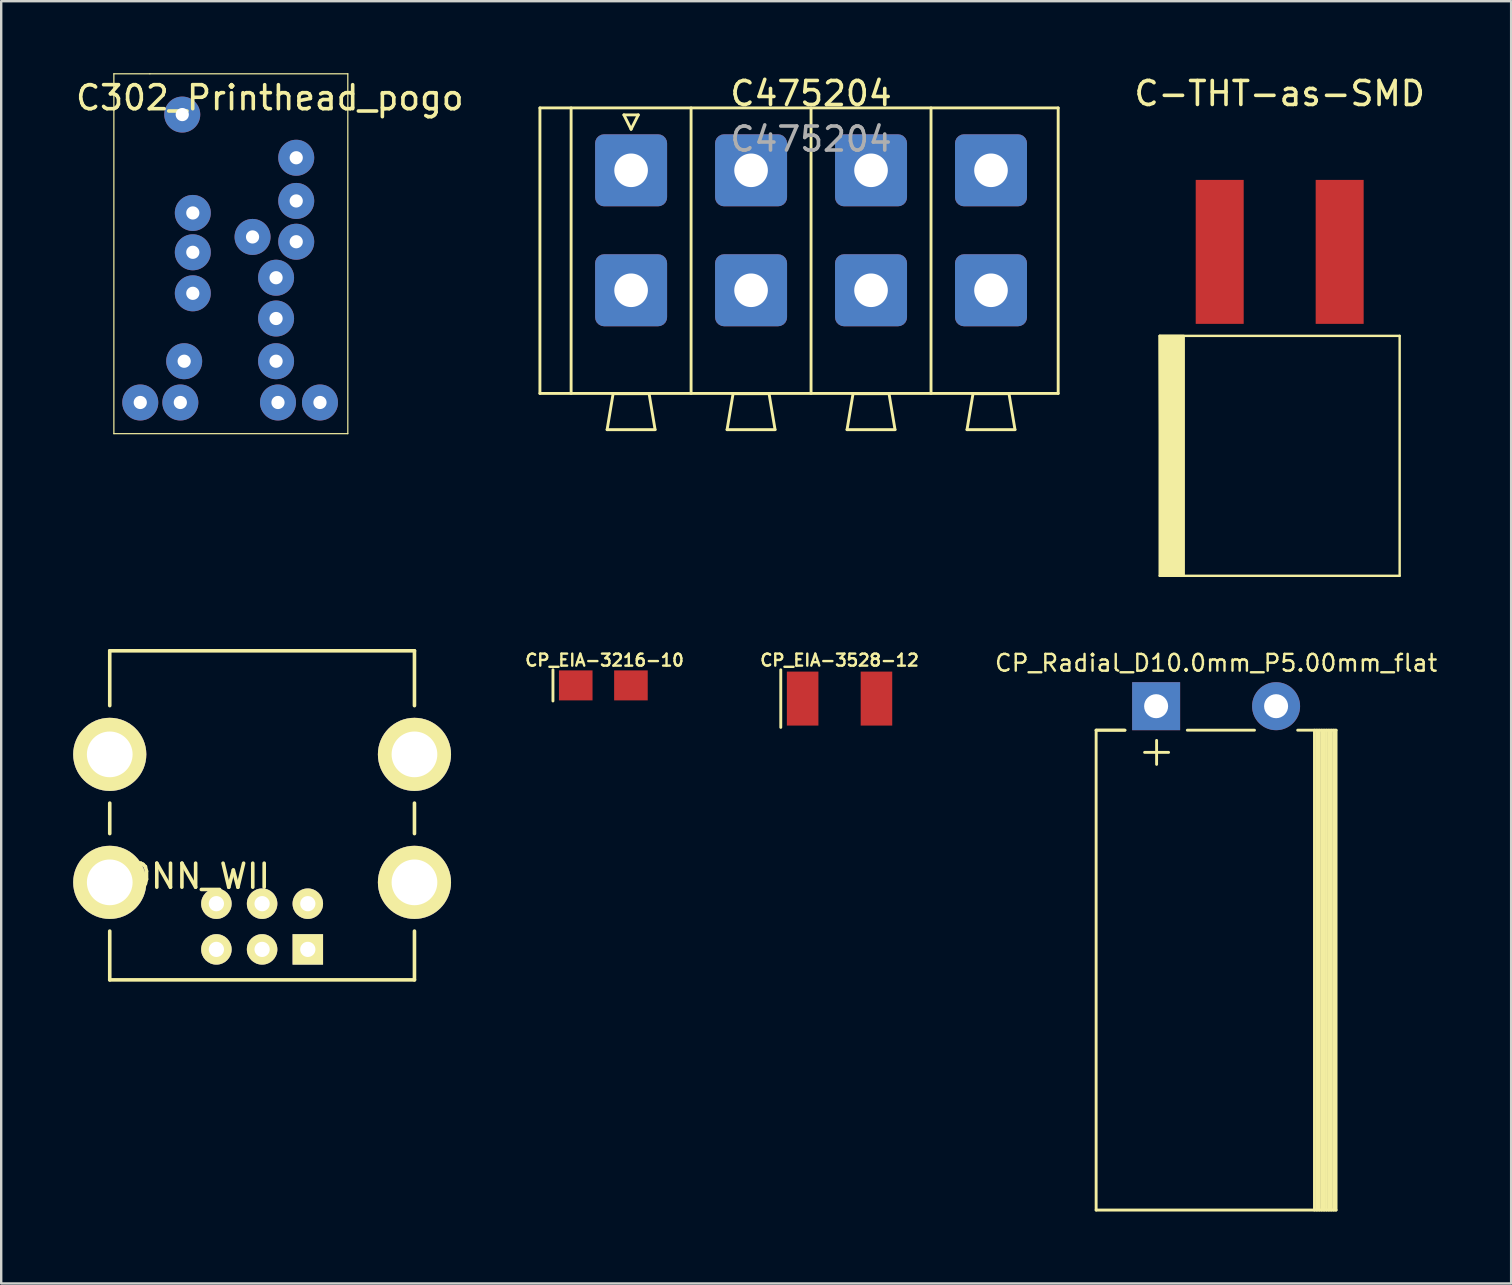
<source format=kicad_pcb>
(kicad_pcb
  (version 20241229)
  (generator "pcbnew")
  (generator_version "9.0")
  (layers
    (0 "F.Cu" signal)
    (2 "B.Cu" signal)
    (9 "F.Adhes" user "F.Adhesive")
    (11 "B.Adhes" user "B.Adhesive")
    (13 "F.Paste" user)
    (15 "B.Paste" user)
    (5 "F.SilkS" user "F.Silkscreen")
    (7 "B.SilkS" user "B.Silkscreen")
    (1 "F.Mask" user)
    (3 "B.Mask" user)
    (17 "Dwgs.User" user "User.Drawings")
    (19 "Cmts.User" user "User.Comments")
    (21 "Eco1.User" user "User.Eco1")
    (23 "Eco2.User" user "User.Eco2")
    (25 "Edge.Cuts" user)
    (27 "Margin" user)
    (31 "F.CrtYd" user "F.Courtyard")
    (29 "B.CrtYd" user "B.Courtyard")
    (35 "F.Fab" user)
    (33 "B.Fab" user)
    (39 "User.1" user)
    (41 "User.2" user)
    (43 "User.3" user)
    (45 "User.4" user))
  (footprint "C302_Printhead_pogo"
    (layer "F.Cu")
    (at 6.696 7.525)
    (property "Reference" "C302_Printhead_pogo" (at 1.5 -6.5 0) (layer "F.SilkS") (effects (font (size 1 1) (thickness 0.15))))
    (attr through_hole)
    (fp_line (start -5 -7.5) (end -5 7.5) (stroke (width 0.05) (type solid)) (layer "F.SilkS"))
    (fp_line (start -5 7.5) (end 4.75 7.5) (stroke (width 0.05) (type solid)) (layer "F.SilkS"))
    (fp_line (start -3.5 -7.5) (end -5 -7.5) (stroke (width 0.05) (type solid)) (layer "F.SilkS"))
    (fp_line (start 4.75 -7.5) (end -3.5 -7.5) (stroke (width 0.05) (type solid)) (layer "F.SilkS"))
    (fp_line (start 4.75 7.5) (end 4.75 -7.5) (stroke (width 0.05) (type solid)) (layer "F.SilkS"))
    (pad "CSYNC" thru_hole circle (at 2.6 -0.5) (size 1.5 1.5) (drill 0.55) (layers "*.Cu" "*.Mask"))
    (pad "D1" thru_hole circle (at -1.71 -0.06) (size 1.5 1.5) (drill 0.55) (layers "*.Cu" "*.Mask"))
    (pad "D2" thru_hole circle (at -2.07 4.48) (size 1.5 1.5) (drill 0.55) (layers "*.Cu" "*.Mask"))
    (pad "D3" thru_hole circle (at 2.6 -2.2) (size 1.5 1.5) (drill 0.55) (layers "*.Cu" "*.Mask"))
    (pad "DCLK" thru_hole circle (at -1.71 -1.7) (size 1.5 1.5) (drill 0.55) (layers "*.Cu" "*.Mask"))
    (pad "GND" thru_hole circle (at -3.9 6.2) (size 1.5 1.5) (drill 0.55) (layers "*.Cu" "*.Mask"))
    (pad "GND" thru_hole circle (at 3.59 6.2) (size 1.5 1.5) (drill 0.55) (layers "*.Cu" "*.Mask"))
    (pad "ID" thru_hole circle (at 1.84 6.2) (size 1.5 1.5) (drill 0.55) (layers "*.Cu" "*.Mask"))
    (pad "PWRA" thru_hole circle (at -2.23 6.2) (size 1.5 1.5) (drill 0.55) (layers "*.Cu" "*.Mask"))
    (pad "PWRB" thru_hole circle (at 0.78 -0.7) (size 1.5 1.5) (drill 0.55) (layers "*.Cu" "*.Mask"))
    (pad "S1" thru_hole circle (at 1.76 1) (size 1.5 1.5) (drill 0.55) (layers "*.Cu" "*.Mask"))
    (pad "S2" thru_hole circle (at 1.76 4.48) (size 1.5 1.5) (drill 0.55) (layers "*.Cu" "*.Mask"))
    (pad "S3" thru_hole circle (at -2.15 -5.8) (size 1.5 1.5) (drill 0.55) (layers "*.Cu" "*.Mask"))
    (pad "S4" thru_hole circle (at 1.76 2.7) (size 1.5 1.5) (drill 0.55) (layers "*.Cu" "*.Mask"))
    (pad "S5" thru_hole circle (at 2.6 -4) (size 1.5 1.5) (drill 0.55) (layers "*.Cu" "*.Mask"))
    (pad "TS" thru_hole circle (at -1.71 1.65) (size 1.5 1.5) (drill 0.55) (layers "*.Cu" "*.Mask")))
  (footprint "CP_EIA-3528-12"
    (layer "F.Cu")
    (at 31.941 26.066)
    (property "Reference" "CP_EIA-3528-12" (at 0 -1.6 0) (layer "F.SilkS") (effects (font (size 0.5 0.5) (thickness 0.1))))
    (attr smd)
    (fp_line (start -2.45 -1.2) (end -2.45 1.2) (stroke (width 0.12) (type solid)) (layer "F.SilkS"))
    (pad "1" smd rect (at -1.538 0) (size 1.315 2.25) (layers "F.Cu" "F.Mask" "F.Paste"))
    (pad "2" smd rect (at 1.538 0) (size 1.315 2.25) (layers "F.Cu" "F.Mask" "F.Paste")))
  (footprint "CONN_WII"
    (layer "F.Cu")
    (at 7.874 30.931)
    (property "Reference" "CONN_WII" (at -3.175 2.54 0) (layer "F.SilkS") (effects (font (size 1 1) (thickness 0.15))))
    (attr through_hole)
    (fp_line (start -6.35 -6.858) (end 6.35 -6.858) (stroke (width 0.15) (type solid)) (layer "F.SilkS"))
    (fp_line (start -6.35 -4.572) (end -6.35 -6.858) (stroke (width 0.15) (type solid)) (layer "F.SilkS"))
    (fp_line (start -6.35 0.762) (end -6.35 -0.508) (stroke (width 0.15) (type solid)) (layer "F.SilkS"))
    (fp_line (start -6.35 6.858) (end -6.35 4.826) (stroke (width 0.15) (type solid)) (layer "F.SilkS"))
    (fp_line (start 6.35 -6.858) (end 6.35 -4.572) (stroke (width 0.15) (type solid)) (layer "F.SilkS"))
    (fp_line (start 6.35 0.762) (end 6.35 -0.508) (stroke (width 0.15) (type solid)) (layer "F.SilkS"))
    (fp_line (start 6.35 6.858) (end -6.35 6.858) (stroke (width 0.15) (type solid)) (layer "F.SilkS"))
    (fp_line (start 6.35 6.858) (end 6.35 4.826) (stroke (width 0.15) (type solid)) (layer "F.SilkS"))
    (pad "" thru_hole circle (at -6.35 -2.54) (size 3.048 3.048) (drill 1.905) (layers "*.Cu" "*.Mask" "F.SilkS"))
    (pad "" thru_hole circle (at -6.35 2.794) (size 3.048 3.048) (drill 1.905) (layers "*.Cu" "*.Mask" "F.SilkS"))
    (pad "" thru_hole circle (at 6.35 -2.54) (size 3.048 3.048) (drill 1.905) (layers "*.Cu" "*.Mask" "F.SilkS"))
    (pad "" thru_hole circle (at 6.35 2.794) (size 3.048 3.048) (drill 1.905) (layers "*.Cu" "*.Mask" "F.SilkS"))
    (pad "1" thru_hole rect (at 1.905 5.588) (size 1.27 1.27) (drill 0.635) (layers "*.Cu" "*.Mask" "F.SilkS"))
    (pad "2" thru_hole circle (at 1.905 3.683) (size 1.27 1.27) (drill 0.635) (layers "*.Cu" "*.Mask" "F.SilkS"))
    (pad "3" thru_hole circle (at 0 5.588) (size 1.27 1.27) (drill 0.635) (layers "*.Cu" "*.Mask" "F.SilkS"))
    (pad "4" thru_hole circle (at 0 3.683) (size 1.27 1.27) (drill 0.635) (layers "*.Cu" "*.Mask" "F.SilkS"))
    (pad "5" thru_hole circle (at -1.905 5.588) (size 1.27 1.27) (drill 0.635) (layers "*.Cu" "*.Mask" "F.SilkS"))
    (pad "6" thru_hole circle (at -1.905 3.683) (size 1.27 1.27) (drill 0.635) (layers "*.Cu" "*.Mask" "F.SilkS")))
  (footprint "CP_Radial_D10.0mm_P5.00mm_flat"
    (layer "F.Cu")
    (at 47.635 26.383)
    (property "Reference" "CP_Radial_D10.0mm_P5.00mm_flat" (at 0 -1.8 0) (layer "F.SilkS") (effects (font (size 0.7 0.7) (thickness 0.1))))
    (attr through_hole)
    (fp_line (start -5 1) (end -5 21) (stroke (width 0.12) (type solid)) (layer "F.SilkS"))
    (fp_line (start -5 1) (end -3.8 1) (stroke (width 0.12) (type solid)) (layer "F.SilkS"))
    (fp_line (start -5 21) (end 5 21) (stroke (width 0.12) (type solid)) (layer "F.SilkS"))
    (fp_line (start -3.8 1) (end -5 1) (stroke (width 0.12) (type solid)) (layer "F.SilkS"))
    (fp_line (start -2.98 1.925) (end -1.98 1.925) (stroke (width 0.12) (type solid)) (layer "F.SilkS"))
    (fp_line (start -2.48 1.425) (end -2.48 2.425) (stroke (width 0.12) (type solid)) (layer "F.SilkS"))
    (fp_line (start 1.6 1) (end -1.2 1) (stroke (width 0.12) (type solid)) (layer "F.SilkS"))
    (fp_line (start 4.1 1) (end 4.1 21) (stroke (width 0.12) (type solid)) (layer "F.SilkS"))
    (fp_line (start 4.2 1) (end 4.2 21) (stroke (width 0.12) (type solid)) (layer "F.SilkS"))
    (fp_line (start 4.3 1) (end 4.3 21) (stroke (width 0.12) (type solid)) (layer "F.SilkS"))
    (fp_line (start 4.4 1) (end 4.4 21) (stroke (width 0.12) (type solid)) (layer "F.SilkS"))
    (fp_line (start 4.5 1) (end 4.5 21) (stroke (width 0.12) (type solid)) (layer "F.SilkS"))
    (fp_line (start 4.6 1) (end 4.6 21) (stroke (width 0.12) (type solid)) (layer "F.SilkS"))
    (fp_line (start 4.7 1) (end 4.7 21) (stroke (width 0.12) (type solid)) (layer "F.SilkS"))
    (fp_line (start 4.8 1) (end 4.8 21) (stroke (width 0.12) (type solid)) (layer "F.SilkS"))
    (fp_line (start 4.9 1) (end 4.9 21) (stroke (width 0.12) (type solid)) (layer "F.SilkS"))
    (fp_line (start 5 1) (end 3.4 1) (stroke (width 0.12) (type solid)) (layer "F.SilkS"))
    (fp_line (start 5 21) (end 5 1) (stroke (width 0.12) (type solid)) (layer "F.SilkS"))
    (pad "1" thru_hole rect (at -2.5 0) (size 2 2) (drill 1) (layers "*.Cu" "*.Mask"))
    (pad "2" thru_hole circle (at 2.5 0) (size 2 2) (drill 1) (layers "*.Cu" "*.Mask")))
  (footprint "CP_EIA-3216-10"
    (layer "F.Cu")
    (at 22.146 25.516)
    (property "Reference" "CP_EIA-3216-10" (at 0 -1.05 0) (layer "F.SilkS") (effects (font (size 0.5 0.5) (thickness 0.1))))
    (attr smd)
    (fp_line (start -2.15 -0.65) (end -2.15 0.65) (stroke (width 0.12) (type solid)) (layer "F.SilkS"))
    (pad "1" smd rect (at -1.2 0) (size 1.4 1.25) (layers "F.Cu" "F.Mask" "F.Paste"))
    (pad "2" smd rect (at 1.1 0) (size 1.4 1.25) (layers "F.Cu" "F.Mask" "F.Paste")))
  (footprint "C-THT-as-SMD"
    (layer "F.Cu")
    (at 50.285 10.948)
    (property "Reference" "C-THT-as-SMD" (at 0 -10.1 0) (layer "F.SilkS") (effects (font (size 1 1) (thickness 0.15))))
    (attr through_hole)
    (fp_line (start -5 0) (end -5 10) (stroke (width 0.1) (type solid)) (layer "F.SilkS"))
    (fp_line (start -5 10) (end 5 10) (stroke (width 0.1) (type solid)) (layer "F.SilkS"))
    (fp_line (start 5 0) (end -5 0) (stroke (width 0.1) (type solid)) (layer "F.SilkS"))
    (fp_line (start 5 10) (end 5 0) (stroke (width 0.1) (type solid)) (layer "F.SilkS"))
    (fp_poly (pts (xy -4.95 10) (xy -4 10) (xy -4 0) (xy -5 0)) (stroke (width 0.1) (type solid)) (fill yes) (layer "F.SilkS"))
    (pad "1" smd rect (at 2.5 -3.5) (size 2 6) (layers "F.Cu" "F.Mask" "F.Paste"))
    (pad "2" smd rect (at -2.5 -3.5) (size 2 6) (layers "F.Cu" "F.Mask" "F.Paste")))
  (footprint "C475204"
    (layer "F.Cu")
    (at 23.253 4.048)
    (property "Reference" "C475204" (at 7.5 -3.2 0) (layer "F.SilkS") (effects (font (size 1 1) (thickness 0.15))))
    (attr through_hole)
    (fp_line (start -3.8 -2.6) (end 17.8 -2.6) (stroke (width 0.12) (type solid)) (layer "F.SilkS"))
    (fp_line (start -3.8 9.3) (end -3.8 -2.6) (stroke (width 0.12) (type solid)) (layer "F.SilkS"))
    (fp_line (start -2.5 -2.6) (end -2.5 9.3) (stroke (width 0.12) (type solid)) (layer "F.SilkS"))
    (fp_line (start -1 10.81) (end 1 10.81) (stroke (width 0.12) (type solid)) (layer "F.SilkS"))
    (fp_line (start -0.75 9.31) (end -1 10.81) (stroke (width 0.12) (type solid)) (layer "F.SilkS"))
    (fp_line (start -0.3 -2.31) (end 0.3 -2.31) (stroke (width 0.12) (type solid)) (layer "F.SilkS"))
    (fp_line (start 0 -1.71) (end -0.3 -2.31) (stroke (width 0.12) (type solid)) (layer "F.SilkS"))
    (fp_line (start 0.3 -2.31) (end 0 -1.71) (stroke (width 0.12) (type solid)) (layer "F.SilkS"))
    (fp_line (start 0.75 9.31) (end -0.75 9.31) (stroke (width 0.12) (type solid)) (layer "F.SilkS"))
    (fp_line (start 1 10.81) (end 0.75 9.31) (stroke (width 0.12) (type solid)) (layer "F.SilkS"))
    (fp_line (start 2.5 -2.6) (end 2.5 9.3) (stroke (width 0.12) (type solid)) (layer "F.SilkS"))
    (fp_line (start 4 10.81) (end 6 10.81) (stroke (width 0.12) (type solid)) (layer "F.SilkS"))
    (fp_line (start 4.25 9.31) (end 4 10.81) (stroke (width 0.12) (type solid)) (layer "F.SilkS"))
    (fp_line (start 5.75 9.31) (end 4.25 9.31) (stroke (width 0.12) (type solid)) (layer "F.SilkS"))
    (fp_line (start 6 10.81) (end 5.75 9.31) (stroke (width 0.12) (type solid)) (layer "F.SilkS"))
    (fp_line (start 7.5 -2.6) (end 7.5 9.3) (stroke (width 0.12) (type solid)) (layer "F.SilkS"))
    (fp_line (start 9 10.81) (end 11 10.81) (stroke (width 0.12) (type solid)) (layer "F.SilkS"))
    (fp_line (start 9.25 9.31) (end 9 10.81) (stroke (width 0.12) (type solid)) (layer "F.SilkS"))
    (fp_line (start 10.75 9.31) (end 9.25 9.31) (stroke (width 0.12) (type solid)) (layer "F.SilkS"))
    (fp_line (start 11 10.81) (end 10.75 9.31) (stroke (width 0.12) (type solid)) (layer "F.SilkS"))
    (fp_line (start 12.5 -2.6) (end 12.5 9.3) (stroke (width 0.12) (type solid)) (layer "F.SilkS"))
    (fp_line (start 14 10.81) (end 16 10.81) (stroke (width 0.12) (type solid)) (layer "F.SilkS"))
    (fp_line (start 14.25 9.31) (end 14 10.81) (stroke (width 0.12) (type solid)) (layer "F.SilkS"))
    (fp_line (start 15.75 9.31) (end 14.25 9.31) (stroke (width 0.12) (type solid)) (layer "F.SilkS"))
    (fp_line (start 16 10.81) (end 15.75 9.31) (stroke (width 0.12) (type solid)) (layer "F.SilkS"))
    (fp_line (start 17.8 -2.6) (end 17.8 9.3) (stroke (width 0.12) (type solid)) (layer "F.SilkS"))
    (fp_line (start 17.8 9.3) (end -3.8 9.3) (stroke (width 0.12) (type solid)) (layer "F.SilkS"))
    (fp_text user "${REFERENCE}" (at 7.5 -1.3 0) (layer "F.Fab") (effects (font (size 1 1) (thickness 0.15))))
    (pad "1" thru_hole roundrect (at 0 0) (size 3 3) (drill 1.4) (layers "*.Cu" "*.Mask") (roundrect_rratio 0.125))
    (pad "1" thru_hole roundrect (at 0 5) (size 3 3) (drill 1.4) (layers "*.Cu" "*.Mask") (roundrect_rratio 0.125))
    (pad "2" thru_hole roundrect (at 5 0) (size 3 3) (drill 1.4) (layers "*.Cu" "*.Mask") (roundrect_rratio 0.125))
    (pad "2" thru_hole roundrect (at 5 5) (size 3 3) (drill 1.4) (layers "*.Cu" "*.Mask") (roundrect_rratio 0.125))
    (pad "3" thru_hole roundrect (at 10 0) (size 3 3) (drill 1.4) (layers "*.Cu" "*.Mask") (roundrect_rratio 0.125))
    (pad "3" thru_hole roundrect (at 10 5) (size 3 3) (drill 1.4) (layers "*.Cu" "*.Mask") (roundrect_rratio 0.125))
    (pad "4" thru_hole roundrect (at 15 0) (size 3 3) (drill 1.4) (layers "*.Cu" "*.Mask") (roundrect_rratio 0.125))
    (pad "4" thru_hole roundrect (at 15 5) (size 3 3) (drill 1.4) (layers "*.Cu" "*.Mask") (roundrect_rratio 0.125)))
  (gr_rect
    (start -3 -3)
    (end 59.932 50.443)
    (stroke (width 0.1) (type default))
    (fill no)
    (layer "Edge.Cuts")))
</source>
